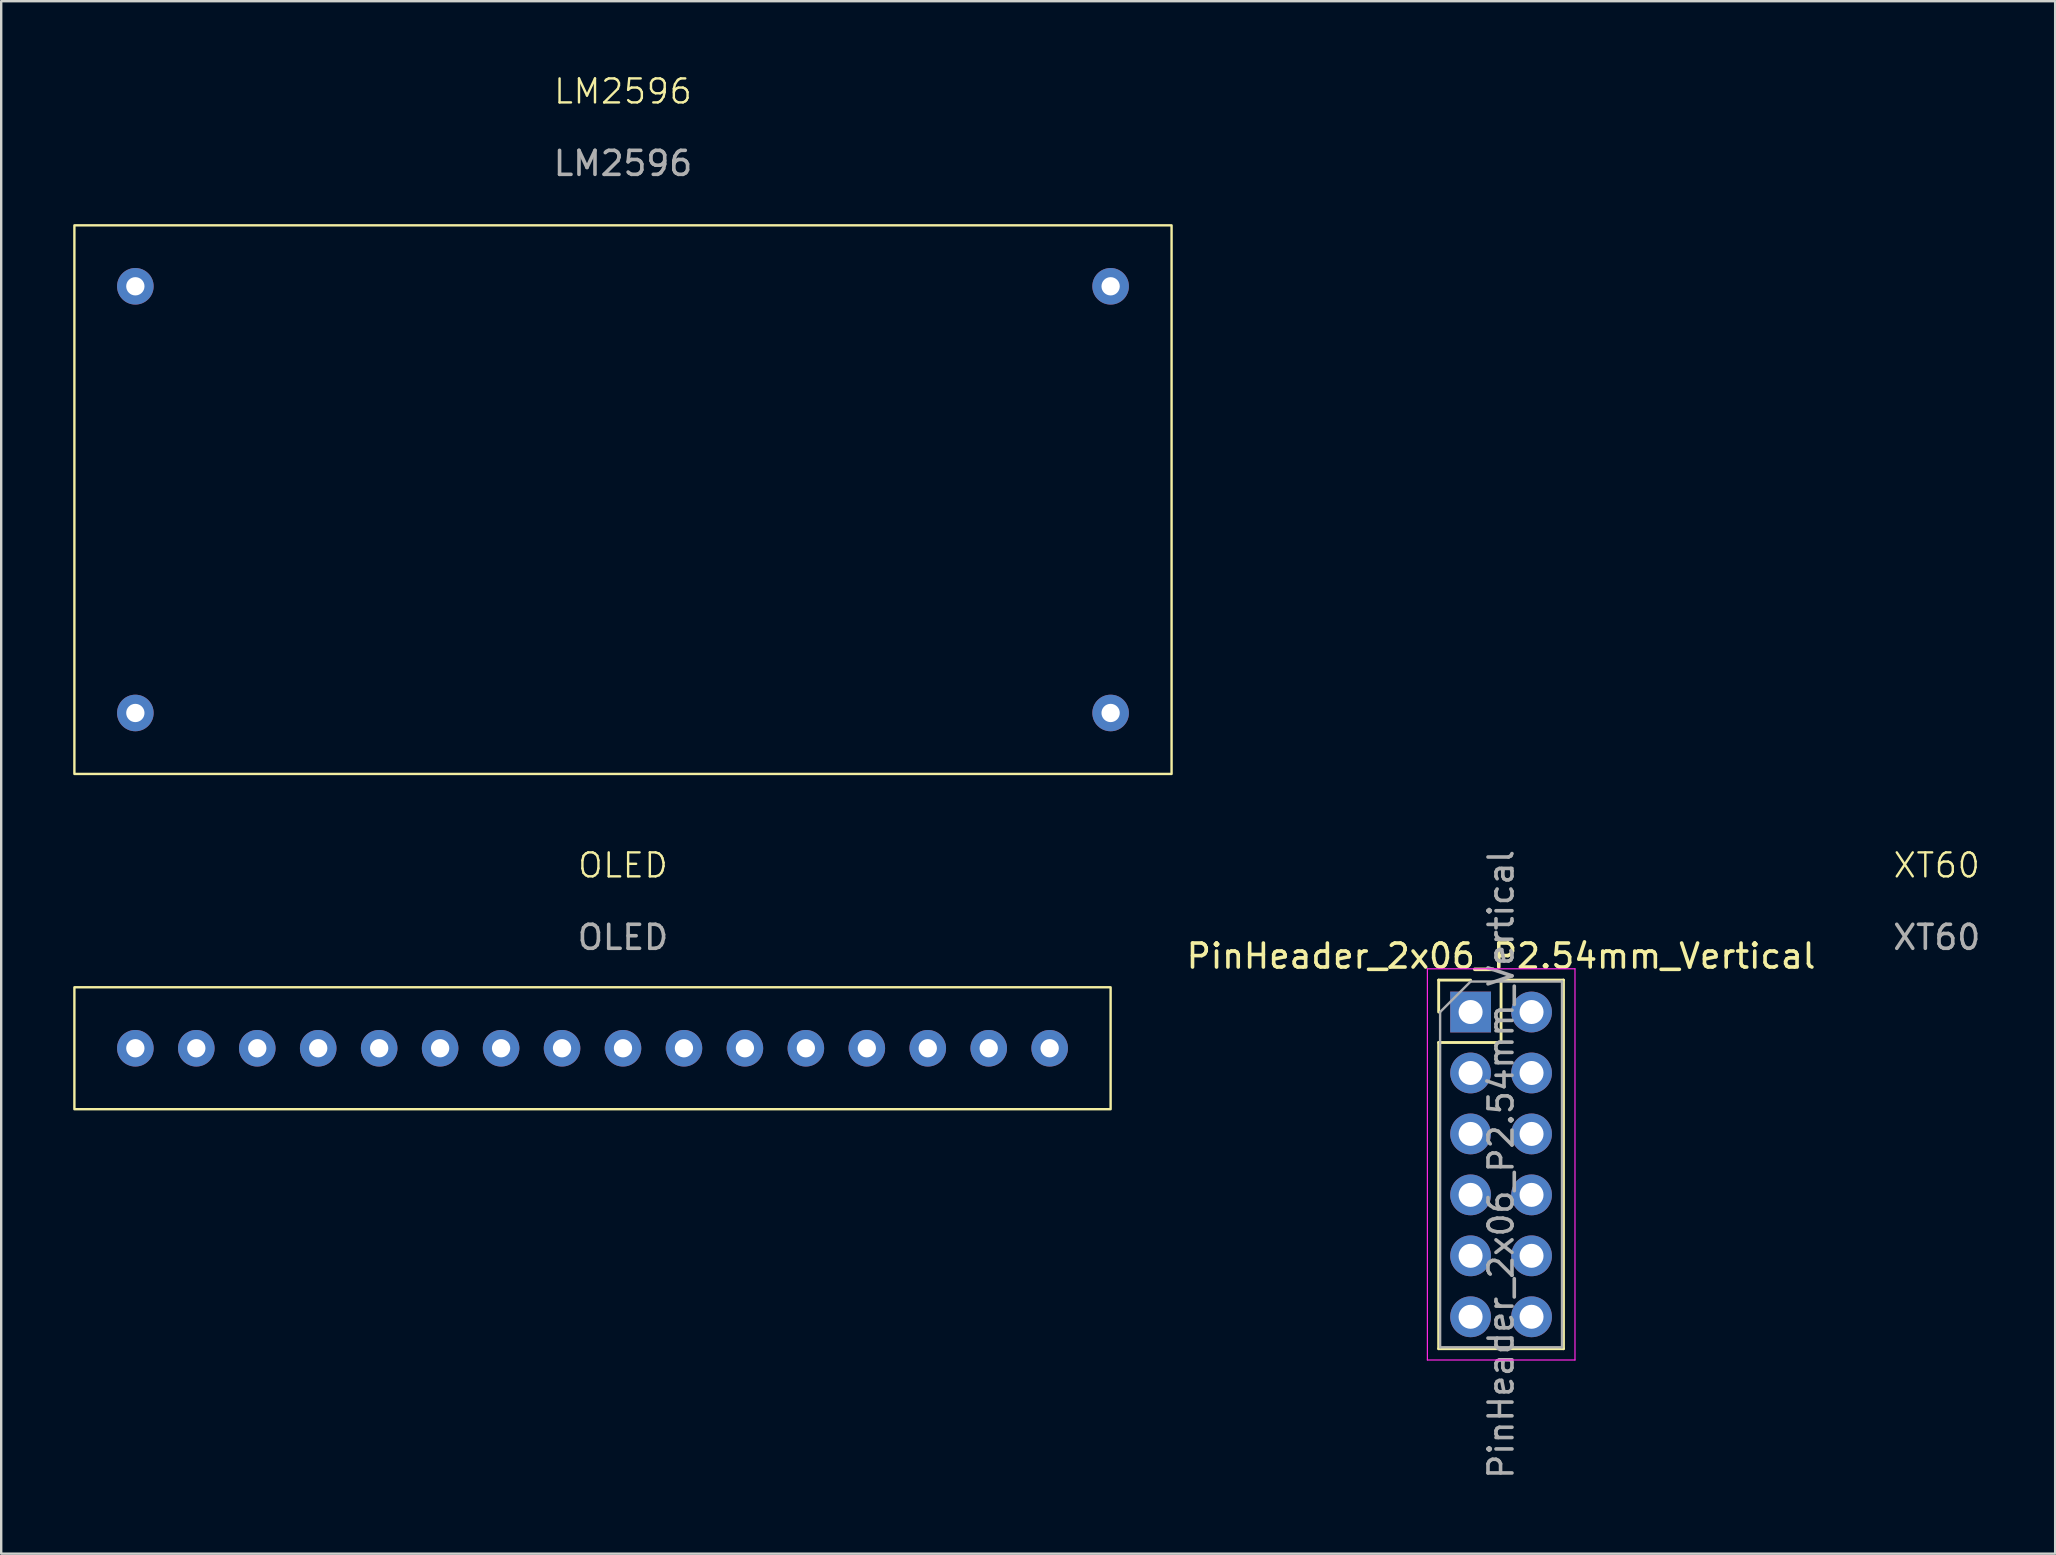
<source format=kicad_pcb>
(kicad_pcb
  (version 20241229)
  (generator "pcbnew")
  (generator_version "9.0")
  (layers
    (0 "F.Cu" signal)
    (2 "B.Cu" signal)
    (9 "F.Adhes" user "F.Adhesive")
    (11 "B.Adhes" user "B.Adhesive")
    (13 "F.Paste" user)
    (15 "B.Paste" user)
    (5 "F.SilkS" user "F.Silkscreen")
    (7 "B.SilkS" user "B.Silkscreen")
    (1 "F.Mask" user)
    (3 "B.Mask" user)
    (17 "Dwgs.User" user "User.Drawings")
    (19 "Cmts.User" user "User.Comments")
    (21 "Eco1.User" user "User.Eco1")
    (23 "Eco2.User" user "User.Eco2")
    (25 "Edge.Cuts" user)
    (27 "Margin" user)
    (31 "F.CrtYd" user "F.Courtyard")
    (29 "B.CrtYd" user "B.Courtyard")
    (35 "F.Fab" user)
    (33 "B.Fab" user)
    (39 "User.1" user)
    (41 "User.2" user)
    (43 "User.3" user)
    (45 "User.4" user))
  (footprint "XT60"
    (layer "F.Cu")
    (at 77.655 33.511)
    (property "Reference" "XT60" (at 0 -0.5 0) (unlocked yes) (layer "F.SilkS") (effects (font (size 1 1) (thickness 0.1))))
    (attr through_hole)
    (fp_text user "${REFERENCE}" (at 0 2.5 0) (unlocked yes) (layer "F.Fab") (effects (font (size 1 1) (thickness 0.15)))))
  (footprint "PinHeader_2x06_P2.54mm_Vertical"
    (layer "F.Cu")
    (at 58.23 39.121)
    (property "Reference" "PinHeader_2x06_P2.54mm_Vertical" (at 1.27 -2.33 0) (layer "F.SilkS") (effects (font (size 1 1) (thickness 0.15))))
    (attr through_hole)
    (fp_line (start -1.33 -1.33) (end 0 -1.33) (stroke (width 0.12) (type solid)) (layer "F.SilkS"))
    (fp_line (start -1.33 0) (end -1.33 -1.33) (stroke (width 0.12) (type solid)) (layer "F.SilkS"))
    (fp_line (start -1.33 1.27) (end -1.33 14.03) (stroke (width 0.12) (type solid)) (layer "F.SilkS"))
    (fp_line (start -1.33 1.27) (end 1.27 1.27) (stroke (width 0.12) (type solid)) (layer "F.SilkS"))
    (fp_line (start -1.33 14.03) (end 3.87 14.03) (stroke (width 0.12) (type solid)) (layer "F.SilkS"))
    (fp_line (start 1.27 -1.33) (end 3.87 -1.33) (stroke (width 0.12) (type solid)) (layer "F.SilkS"))
    (fp_line (start 1.27 1.27) (end 1.27 -1.33) (stroke (width 0.12) (type solid)) (layer "F.SilkS"))
    (fp_line (start 3.87 -1.33) (end 3.87 14.03) (stroke (width 0.12) (type solid)) (layer "F.SilkS"))
    (fp_line (start -1.8 -1.8) (end -1.8 14.5) (stroke (width 0.05) (type solid)) (layer "F.CrtYd"))
    (fp_line (start -1.8 14.5) (end 4.35 14.5) (stroke (width 0.05) (type solid)) (layer "F.CrtYd"))
    (fp_line (start 4.35 -1.8) (end -1.8 -1.8) (stroke (width 0.05) (type solid)) (layer "F.CrtYd"))
    (fp_line (start 4.35 14.5) (end 4.35 -1.8) (stroke (width 0.05) (type solid)) (layer "F.CrtYd"))
    (fp_line (start -1.27 0) (end 0 -1.27) (stroke (width 0.1) (type solid)) (layer "F.Fab"))
    (fp_line (start -1.27 13.97) (end -1.27 0) (stroke (width 0.1) (type solid)) (layer "F.Fab"))
    (fp_line (start 0 -1.27) (end 3.81 -1.27) (stroke (width 0.1) (type solid)) (layer "F.Fab"))
    (fp_line (start 3.81 -1.27) (end 3.81 13.97) (stroke (width 0.1) (type solid)) (layer "F.Fab"))
    (fp_line (start 3.81 13.97) (end -1.27 13.97) (stroke (width 0.1) (type solid)) (layer "F.Fab"))
    (fp_text user "${REFERENCE}" (at 1.27 6.35 90) (layer "F.Fab") (effects (font (size 1 1) (thickness 0.15))))
    (pad "1" thru_hole rect (at 0 0) (size 1.7 1.7) (drill 1) (layers "*.Cu" "*.Mask"))
    (pad "2" thru_hole oval (at 0 2.54) (size 1.7 1.7) (drill 1) (layers "*.Cu" "*.Mask"))
    (pad "3" thru_hole oval (at 0 5.08) (size 1.7 1.7) (drill 1) (layers "*.Cu" "*.Mask"))
    (pad "4" thru_hole oval (at 0 7.62) (size 1.7 1.7) (drill 1) (layers "*.Cu" "*.Mask"))
    (pad "5" thru_hole oval (at 0 10.16) (size 1.7 1.7) (drill 1) (layers "*.Cu" "*.Mask"))
    (pad "6" thru_hole oval (at 0 12.7) (size 1.7 1.7) (drill 1) (layers "*.Cu" "*.Mask"))
    (pad "7" thru_hole oval (at 2.54 0) (size 1.7 1.7) (drill 1) (layers "*.Cu" "*.Mask"))
    (pad "8" thru_hole oval (at 2.54 2.54) (size 1.7 1.7) (drill 1) (layers "*.Cu" "*.Mask"))
    (pad "9" thru_hole oval (at 2.54 5.08) (size 1.7 1.7) (drill 1) (layers "*.Cu" "*.Mask"))
    (pad "10" thru_hole oval (at 2.54 7.62) (size 1.7 1.7) (drill 1) (layers "*.Cu" "*.Mask"))
    (pad "11" thru_hole oval (at 2.54 10.16) (size 1.7 1.7) (drill 1) (layers "*.Cu" "*.Mask"))
    (pad "12" thru_hole oval (at 2.54 12.7) (size 1.7 1.7) (drill 1) (layers "*.Cu" "*.Mask")))
  (footprint "LM2596"
    (layer "F.Cu")
    (at 12.75 1.26)
    (property "Reference" "LM2596" (at 10.16 -0.5 0) (unlocked yes) (layer "F.SilkS") (effects (font (size 1 1) (thickness 0.1))))
    (attr through_hole)
    (fp_rect (start -12.7 5.08) (end 33.02 27.94) (stroke (width 0.1) (type default)) (fill no) (layer "F.SilkS"))
    (fp_text user "${REFERENCE}" (at 10.16 2.5 0) (unlocked yes) (layer "F.Fab") (effects (font (size 1 1) (thickness 0.15))))
    (pad "1" thru_hole circle (at -10.16 7.62) (size 1.524 1.524) (drill 0.762) (layers "*.Cu" "*.Mask"))
    (pad "2" thru_hole circle (at -10.16 25.4) (size 1.524 1.524) (drill 0.762) (layers "*.Cu" "*.Mask"))
    (pad "3" thru_hole circle (at 30.48 7.62) (size 1.524 1.524) (drill 0.762) (layers "*.Cu" "*.Mask"))
    (pad "4" thru_hole circle (at 30.48 25.4) (size 1.524 1.524) (drill 0.762) (layers "*.Cu" "*.Mask")))
  (footprint "OLED"
    (layer "F.Cu")
    (at 17.83 35.551)
    (property "Reference" "OLED" (at 5.08 -2.54 0) (unlocked yes) (layer "F.SilkS") (effects (font (size 1 1) (thickness 0.1))))
    (attr through_hole)
    (fp_rect (start -17.78 2.54) (end 25.4 7.62) (stroke (width 0.1) (type default)) (fill no) (layer "F.SilkS"))
    (fp_text user "${REFERENCE}" (at 5.08 0.46 0) (unlocked yes) (layer "F.Fab") (effects (font (size 1 1) (thickness 0.15))))
    (pad "1" thru_hole circle (at -15.24 5.08) (size 1.524 1.524) (drill 0.762) (layers "*.Cu" "*.Mask"))
    (pad "2" thru_hole circle (at -12.7 5.08) (size 1.524 1.524) (drill 0.762) (layers "*.Cu" "*.Mask"))
    (pad "3" thru_hole circle (at -10.16 5.08) (size 1.524 1.524) (drill 0.762) (layers "*.Cu" "*.Mask"))
    (pad "4" thru_hole circle (at -7.62 5.08) (size 1.524 1.524) (drill 0.762) (layers "*.Cu" "*.Mask"))
    (pad "5" thru_hole circle (at -5.08 5.08) (size 1.524 1.524) (drill 0.762) (layers "*.Cu" "*.Mask"))
    (pad "6" thru_hole circle (at -2.54 5.08) (size 1.524 1.524) (drill 0.762) (layers "*.Cu" "*.Mask"))
    (pad "7" thru_hole circle (at 0 5.08) (size 1.524 1.524) (drill 0.762) (layers "*.Cu" "*.Mask"))
    (pad "8" thru_hole circle (at 2.54 5.08) (size 1.524 1.524) (drill 0.762) (layers "*.Cu" "*.Mask"))
    (pad "9" thru_hole circle (at 5.08 5.08) (size 1.524 1.524) (drill 0.762) (layers "*.Cu" "*.Mask"))
    (pad "10" thru_hole circle (at 7.62 5.08) (size 1.524 1.524) (drill 0.762) (layers "*.Cu" "*.Mask"))
    (pad "11" thru_hole circle (at 10.16 5.08) (size 1.524 1.524) (drill 0.762) (layers "*.Cu" "*.Mask"))
    (pad "12" thru_hole circle (at 12.7 5.08) (size 1.524 1.524) (drill 0.762) (layers "*.Cu" "*.Mask"))
    (pad "13" thru_hole circle (at 15.24 5.08) (size 1.524 1.524) (drill 0.762) (layers "*.Cu" "*.Mask"))
    (pad "14" thru_hole circle (at 17.78 5.08) (size 1.524 1.524) (drill 0.762) (layers "*.Cu" "*.Mask"))
    (pad "15" thru_hole circle (at 20.32 5.08) (size 1.524 1.524) (drill 0.762) (layers "*.Cu" "*.Mask"))
    (pad "16" thru_hole circle (at 22.86 5.08) (size 1.524 1.524) (drill 0.762) (layers "*.Cu" "*.Mask")))
  (gr_rect
    (start -3 -3)
    (end 82.59 61.691)
    (stroke (width 0.1) (type default))
    (fill no)
    (layer "Edge.Cuts")))
</source>
